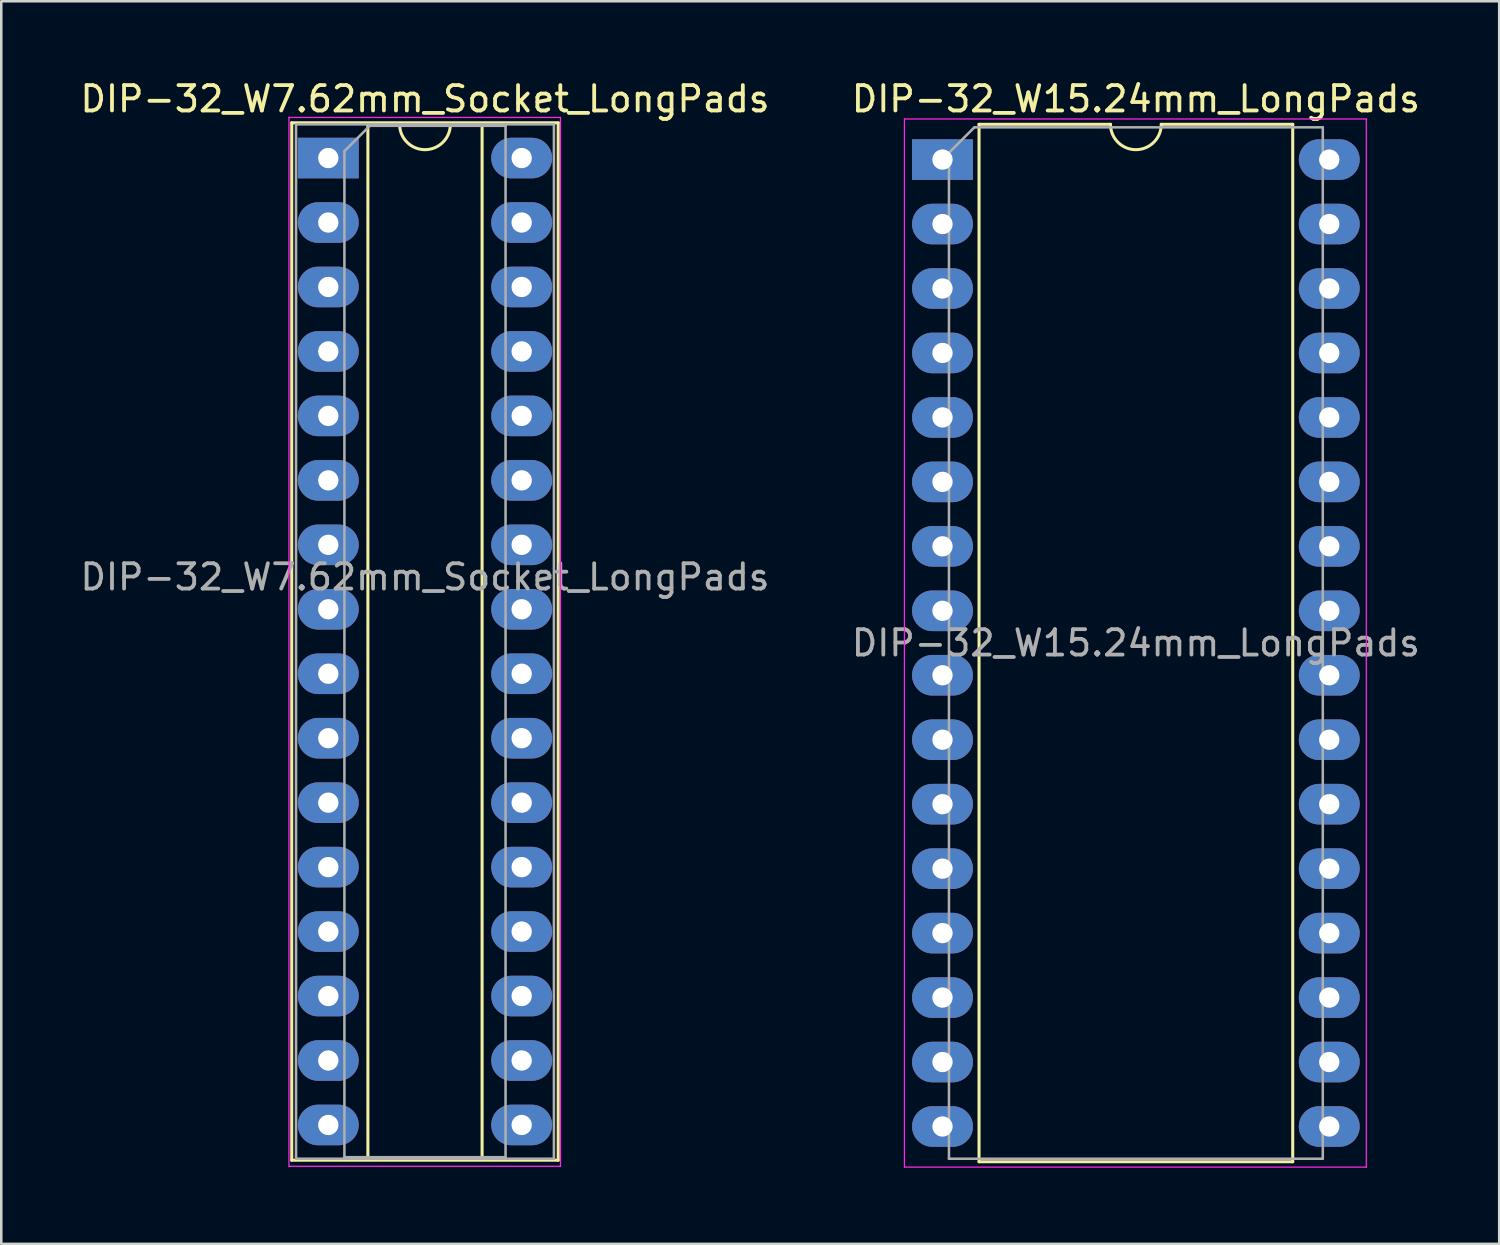
<source format=kicad_pcb>
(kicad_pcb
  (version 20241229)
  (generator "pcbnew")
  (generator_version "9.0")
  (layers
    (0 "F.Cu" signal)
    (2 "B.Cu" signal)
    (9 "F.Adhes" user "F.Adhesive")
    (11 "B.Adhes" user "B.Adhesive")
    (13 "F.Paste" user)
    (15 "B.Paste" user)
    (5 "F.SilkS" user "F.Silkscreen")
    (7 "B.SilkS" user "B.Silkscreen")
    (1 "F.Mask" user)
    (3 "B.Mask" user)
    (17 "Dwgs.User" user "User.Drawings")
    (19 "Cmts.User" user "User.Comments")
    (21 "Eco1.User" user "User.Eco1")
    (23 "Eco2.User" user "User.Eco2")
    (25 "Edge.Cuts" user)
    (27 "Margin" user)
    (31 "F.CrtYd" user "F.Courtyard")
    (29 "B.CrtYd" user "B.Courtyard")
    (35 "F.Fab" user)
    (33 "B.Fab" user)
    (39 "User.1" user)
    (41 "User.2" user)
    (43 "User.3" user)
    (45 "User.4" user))
  (footprint "DIP-32_W15.24mm_LongPads"
    (layer "F.Cu")
    (at 34.088 3.238)
    (property "Reference" "DIP-32_W15.24mm_LongPads" (at 7.62 -2.39 0) (layer "F.SilkS") (effects (font (size 1 1) (thickness 0.15))))
    (attr through_hole)
    (fp_line (start 1.44 -1.39) (end 1.44 39.49) (stroke (width 0.12) (type solid)) (layer "F.SilkS"))
    (fp_line (start 1.44 39.49) (end 13.8 39.49) (stroke (width 0.12) (type solid)) (layer "F.SilkS"))
    (fp_line (start 6.62 -1.39) (end 1.44 -1.39) (stroke (width 0.12) (type solid)) (layer "F.SilkS"))
    (fp_line (start 13.8 -1.39) (end 8.62 -1.39) (stroke (width 0.12) (type solid)) (layer "F.SilkS"))
    (fp_line (start 13.8 39.49) (end 13.8 -1.39) (stroke (width 0.12) (type solid)) (layer "F.SilkS"))
    (fp_arc (start 8.62 -1.39) (mid 7.62 -0.39) (end 6.62 -1.39) (stroke (width 0.12) (type solid)) (layer "F.SilkS"))
    (fp_line (start -1.5 -1.6) (end -1.5 39.7) (stroke (width 0.05) (type solid)) (layer "F.CrtYd"))
    (fp_line (start -1.5 39.7) (end 16.7 39.7) (stroke (width 0.05) (type solid)) (layer "F.CrtYd"))
    (fp_line (start 16.7 -1.6) (end -1.5 -1.6) (stroke (width 0.05) (type solid)) (layer "F.CrtYd"))
    (fp_line (start 16.7 39.7) (end 16.7 -1.6) (stroke (width 0.05) (type solid)) (layer "F.CrtYd"))
    (fp_line (start 0.255 -0.27) (end 1.255 -1.27) (stroke (width 0.1) (type solid)) (layer "F.Fab"))
    (fp_line (start 0.255 39.37) (end 0.255 -0.27) (stroke (width 0.1) (type solid)) (layer "F.Fab"))
    (fp_line (start 1.255 -1.27) (end 14.985 -1.27) (stroke (width 0.1) (type solid)) (layer "F.Fab"))
    (fp_line (start 14.985 -1.27) (end 14.985 39.37) (stroke (width 0.1) (type solid)) (layer "F.Fab"))
    (fp_line (start 14.985 39.37) (end 0.255 39.37) (stroke (width 0.1) (type solid)) (layer "F.Fab"))
    (fp_text user "${REFERENCE}" (at 7.62 19.05 0) (layer "F.Fab") (effects (font (size 1 1) (thickness 0.15))))
    (pad "1" thru_hole rect (at 0 0) (size 2.4 1.6) (drill 0.8) (layers "*.Cu" "*.Mask"))
    (pad "2" thru_hole oval (at 0 2.54) (size 2.4 1.6) (drill 0.8) (layers "*.Cu" "*.Mask"))
    (pad "3" thru_hole oval (at 0 5.08) (size 2.4 1.6) (drill 0.8) (layers "*.Cu" "*.Mask"))
    (pad "4" thru_hole oval (at 0 7.62) (size 2.4 1.6) (drill 0.8) (layers "*.Cu" "*.Mask"))
    (pad "5" thru_hole oval (at 0 10.16) (size 2.4 1.6) (drill 0.8) (layers "*.Cu" "*.Mask"))
    (pad "6" thru_hole oval (at 0 12.7) (size 2.4 1.6) (drill 0.8) (layers "*.Cu" "*.Mask"))
    (pad "7" thru_hole oval (at 0 15.24) (size 2.4 1.6) (drill 0.8) (layers "*.Cu" "*.Mask"))
    (pad "8" thru_hole oval (at 0 17.78) (size 2.4 1.6) (drill 0.8) (layers "*.Cu" "*.Mask"))
    (pad "9" thru_hole oval (at 0 20.32) (size 2.4 1.6) (drill 0.8) (layers "*.Cu" "*.Mask"))
    (pad "10" thru_hole oval (at 0 22.86) (size 2.4 1.6) (drill 0.8) (layers "*.Cu" "*.Mask"))
    (pad "11" thru_hole oval (at 0 25.4) (size 2.4 1.6) (drill 0.8) (layers "*.Cu" "*.Mask"))
    (pad "12" thru_hole oval (at 0 27.94) (size 2.4 1.6) (drill 0.8) (layers "*.Cu" "*.Mask"))
    (pad "13" thru_hole oval (at 0 30.48) (size 2.4 1.6) (drill 0.8) (layers "*.Cu" "*.Mask"))
    (pad "14" thru_hole oval (at 0 33.02) (size 2.4 1.6) (drill 0.8) (layers "*.Cu" "*.Mask"))
    (pad "15" thru_hole oval (at 0 35.56) (size 2.4 1.6) (drill 0.8) (layers "*.Cu" "*.Mask"))
    (pad "16" thru_hole oval (at 0 38.1) (size 2.4 1.6) (drill 0.8) (layers "*.Cu" "*.Mask"))
    (pad "17" thru_hole oval (at 15.24 38.1) (size 2.4 1.6) (drill 0.8) (layers "*.Cu" "*.Mask"))
    (pad "18" thru_hole oval (at 15.24 35.56) (size 2.4 1.6) (drill 0.8) (layers "*.Cu" "*.Mask"))
    (pad "19" thru_hole oval (at 15.24 33.02) (size 2.4 1.6) (drill 0.8) (layers "*.Cu" "*.Mask"))
    (pad "20" thru_hole oval (at 15.24 30.48) (size 2.4 1.6) (drill 0.8) (layers "*.Cu" "*.Mask"))
    (pad "21" thru_hole oval (at 15.24 27.94) (size 2.4 1.6) (drill 0.8) (layers "*.Cu" "*.Mask"))
    (pad "22" thru_hole oval (at 15.24 25.4) (size 2.4 1.6) (drill 0.8) (layers "*.Cu" "*.Mask"))
    (pad "23" thru_hole oval (at 15.24 22.86) (size 2.4 1.6) (drill 0.8) (layers "*.Cu" "*.Mask"))
    (pad "24" thru_hole oval (at 15.24 20.32) (size 2.4 1.6) (drill 0.8) (layers "*.Cu" "*.Mask"))
    (pad "25" thru_hole oval (at 15.24 17.78) (size 2.4 1.6) (drill 0.8) (layers "*.Cu" "*.Mask"))
    (pad "26" thru_hole oval (at 15.24 15.24) (size 2.4 1.6) (drill 0.8) (layers "*.Cu" "*.Mask"))
    (pad "27" thru_hole oval (at 15.24 12.7) (size 2.4 1.6) (drill 0.8) (layers "*.Cu" "*.Mask"))
    (pad "28" thru_hole oval (at 15.24 10.16) (size 2.4 1.6) (drill 0.8) (layers "*.Cu" "*.Mask"))
    (pad "29" thru_hole oval (at 15.24 7.62) (size 2.4 1.6) (drill 0.8) (layers "*.Cu" "*.Mask"))
    (pad "30" thru_hole oval (at 15.24 5.08) (size 2.4 1.6) (drill 0.8) (layers "*.Cu" "*.Mask"))
    (pad "31" thru_hole oval (at 15.24 2.54) (size 2.4 1.6) (drill 0.8) (layers "*.Cu" "*.Mask"))
    (pad "32" thru_hole oval (at 15.24 0) (size 2.4 1.6) (drill 0.8) (layers "*.Cu" "*.Mask")))
  (footprint "DIP-32_W7.62mm_Socket_LongPads"
    (layer "F.Cu")
    (at 9.886 3.178)
    (property "Reference" "DIP-32_W7.62mm_Socket_LongPads" (at 3.81 -2.33 0) (layer "F.SilkS") (effects (font (size 1 1) (thickness 0.15))))
    (attr through_hole)
    (fp_line (start -1.44 -1.39) (end -1.44 39.49) (stroke (width 0.12) (type solid)) (layer "F.SilkS"))
    (fp_line (start -1.44 39.49) (end 9.06 39.49) (stroke (width 0.12) (type solid)) (layer "F.SilkS"))
    (fp_line (start 1.56 -1.33) (end 1.56 39.43) (stroke (width 0.12) (type solid)) (layer "F.SilkS"))
    (fp_line (start 1.56 39.43) (end 6.06 39.43) (stroke (width 0.12) (type solid)) (layer "F.SilkS"))
    (fp_line (start 2.81 -1.33) (end 1.56 -1.33) (stroke (width 0.12) (type solid)) (layer "F.SilkS"))
    (fp_line (start 6.06 -1.33) (end 4.81 -1.33) (stroke (width 0.12) (type solid)) (layer "F.SilkS"))
    (fp_line (start 6.06 39.43) (end 6.06 -1.33) (stroke (width 0.12) (type solid)) (layer "F.SilkS"))
    (fp_line (start 9.06 -1.39) (end -1.44 -1.39) (stroke (width 0.12) (type solid)) (layer "F.SilkS"))
    (fp_line (start 9.06 39.49) (end 9.06 -1.39) (stroke (width 0.12) (type solid)) (layer "F.SilkS"))
    (fp_arc (start 4.81 -1.33) (mid 3.81 -0.33) (end 2.81 -1.33) (stroke (width 0.12) (type solid)) (layer "F.SilkS"))
    (fp_line (start -1.55 -1.6) (end -1.55 39.73) (stroke (width 0.05) (type solid)) (layer "F.CrtYd"))
    (fp_line (start -1.55 39.73) (end 9.15 39.73) (stroke (width 0.05) (type solid)) (layer "F.CrtYd"))
    (fp_line (start 9.15 -1.6) (end -1.55 -1.6) (stroke (width 0.05) (type solid)) (layer "F.CrtYd"))
    (fp_line (start 9.15 39.73) (end 9.15 -1.6) (stroke (width 0.05) (type solid)) (layer "F.CrtYd"))
    (fp_line (start -1.27 -1.33) (end -1.27 39.43) (stroke (width 0.1) (type solid)) (layer "F.Fab"))
    (fp_line (start -1.27 39.43) (end 8.89 39.43) (stroke (width 0.1) (type solid)) (layer "F.Fab"))
    (fp_line (start 0.635 -0.27) (end 1.635 -1.27) (stroke (width 0.1) (type solid)) (layer "F.Fab"))
    (fp_line (start 0.635 39.37) (end 0.635 -0.27) (stroke (width 0.1) (type solid)) (layer "F.Fab"))
    (fp_line (start 1.635 -1.27) (end 6.985 -1.27) (stroke (width 0.1) (type solid)) (layer "F.Fab"))
    (fp_line (start 6.985 -1.27) (end 6.985 39.37) (stroke (width 0.1) (type solid)) (layer "F.Fab"))
    (fp_line (start 6.985 39.37) (end 0.635 39.37) (stroke (width 0.1) (type solid)) (layer "F.Fab"))
    (fp_line (start 8.89 -1.33) (end -1.27 -1.33) (stroke (width 0.1) (type solid)) (layer "F.Fab"))
    (fp_line (start 8.89 39.43) (end 8.89 -1.33) (stroke (width 0.1) (type solid)) (layer "F.Fab"))
    (fp_text user "${REFERENCE}" (at 3.81 16.51 0) (layer "F.Fab") (effects (font (size 1 1) (thickness 0.15))))
    (pad "1" thru_hole rect (at 0 0) (size 2.4 1.6) (drill 0.8) (layers "*.Cu" "*.Mask"))
    (pad "2" thru_hole oval (at 0 2.54) (size 2.4 1.6) (drill 0.8) (layers "*.Cu" "*.Mask"))
    (pad "3" thru_hole oval (at 0 5.08) (size 2.4 1.6) (drill 0.8) (layers "*.Cu" "*.Mask"))
    (pad "4" thru_hole oval (at 0 7.62) (size 2.4 1.6) (drill 0.8) (layers "*.Cu" "*.Mask"))
    (pad "5" thru_hole oval (at 0 10.16) (size 2.4 1.6) (drill 0.8) (layers "*.Cu" "*.Mask"))
    (pad "6" thru_hole oval (at 0 12.7) (size 2.4 1.6) (drill 0.8) (layers "*.Cu" "*.Mask"))
    (pad "7" thru_hole oval (at 0 15.24) (size 2.4 1.6) (drill 0.8) (layers "*.Cu" "*.Mask"))
    (pad "8" thru_hole oval (at 0 17.78) (size 2.4 1.6) (drill 0.8) (layers "*.Cu" "*.Mask"))
    (pad "9" thru_hole oval (at 0 20.32) (size 2.4 1.6) (drill 0.8) (layers "*.Cu" "*.Mask"))
    (pad "10" thru_hole oval (at 0 22.86) (size 2.4 1.6) (drill 0.8) (layers "*.Cu" "*.Mask"))
    (pad "11" thru_hole oval (at 0 25.4) (size 2.4 1.6) (drill 0.8) (layers "*.Cu" "*.Mask"))
    (pad "12" thru_hole oval (at 0 27.94) (size 2.4 1.6) (drill 0.8) (layers "*.Cu" "*.Mask"))
    (pad "13" thru_hole oval (at 0 30.48) (size 2.4 1.6) (drill 0.8) (layers "*.Cu" "*.Mask"))
    (pad "14" thru_hole oval (at 0 33.02) (size 2.4 1.6) (drill 0.8) (layers "*.Cu" "*.Mask"))
    (pad "15" thru_hole oval (at 0 35.56) (size 2.4 1.6) (drill 0.8) (layers "*.Cu" "*.Mask"))
    (pad "16" thru_hole oval (at 0 38.1) (size 2.4 1.6) (drill 0.8) (layers "*.Cu" "*.Mask"))
    (pad "17" thru_hole oval (at 7.62 38.1) (size 2.4 1.6) (drill 0.8) (layers "*.Cu" "*.Mask"))
    (pad "18" thru_hole oval (at 7.62 35.56) (size 2.4 1.6) (drill 0.8) (layers "*.Cu" "*.Mask"))
    (pad "19" thru_hole oval (at 7.62 33.02) (size 2.4 1.6) (drill 0.8) (layers "*.Cu" "*.Mask"))
    (pad "20" thru_hole oval (at 7.62 30.48) (size 2.4 1.6) (drill 0.8) (layers "*.Cu" "*.Mask"))
    (pad "21" thru_hole oval (at 7.62 27.94) (size 2.4 1.6) (drill 0.8) (layers "*.Cu" "*.Mask"))
    (pad "22" thru_hole oval (at 7.62 25.4) (size 2.4 1.6) (drill 0.8) (layers "*.Cu" "*.Mask"))
    (pad "23" thru_hole oval (at 7.62 22.86) (size 2.4 1.6) (drill 0.8) (layers "*.Cu" "*.Mask"))
    (pad "24" thru_hole oval (at 7.62 20.32) (size 2.4 1.6) (drill 0.8) (layers "*.Cu" "*.Mask"))
    (pad "25" thru_hole oval (at 7.62 17.78) (size 2.4 1.6) (drill 0.8) (layers "*.Cu" "*.Mask"))
    (pad "26" thru_hole oval (at 7.62 15.24) (size 2.4 1.6) (drill 0.8) (layers "*.Cu" "*.Mask"))
    (pad "27" thru_hole oval (at 7.62 12.7) (size 2.4 1.6) (drill 0.8) (layers "*.Cu" "*.Mask"))
    (pad "28" thru_hole oval (at 7.62 10.16) (size 2.4 1.6) (drill 0.8) (layers "*.Cu" "*.Mask"))
    (pad "29" thru_hole oval (at 7.62 7.62) (size 2.4 1.6) (drill 0.8) (layers "*.Cu" "*.Mask"))
    (pad "30" thru_hole oval (at 7.62 5.08) (size 2.4 1.6) (drill 0.8) (layers "*.Cu" "*.Mask"))
    (pad "31" thru_hole oval (at 7.62 2.54) (size 2.4 1.6) (drill 0.8) (layers "*.Cu" "*.Mask"))
    (pad "32" thru_hole oval (at 7.62 0) (size 2.4 1.6) (drill 0.8) (layers "*.Cu" "*.Mask")))
  (gr_rect
    (start -3 -3)
    (end 56.024 45.963)
    (stroke (width 0.1) (type default))
    (fill no)
    (layer "Edge.Cuts")))
</source>
